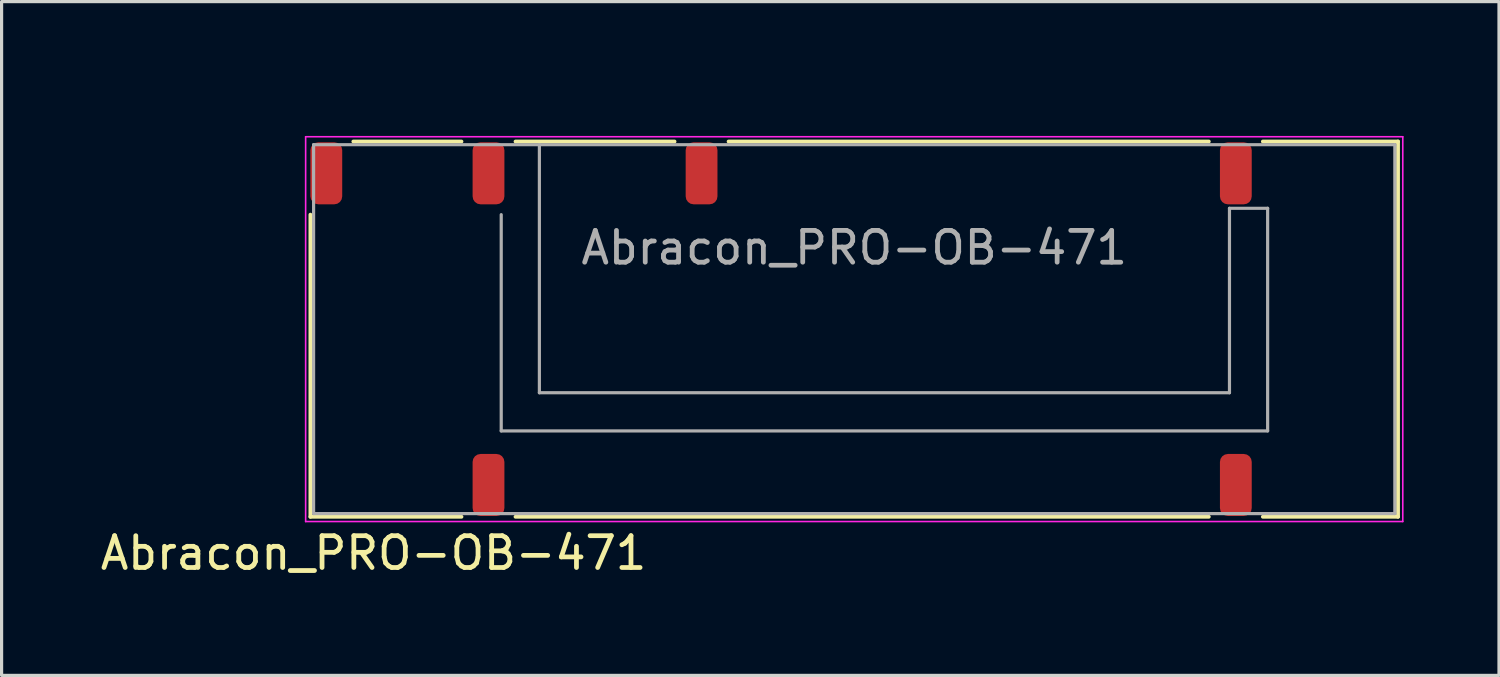
<source format=kicad_pcb>
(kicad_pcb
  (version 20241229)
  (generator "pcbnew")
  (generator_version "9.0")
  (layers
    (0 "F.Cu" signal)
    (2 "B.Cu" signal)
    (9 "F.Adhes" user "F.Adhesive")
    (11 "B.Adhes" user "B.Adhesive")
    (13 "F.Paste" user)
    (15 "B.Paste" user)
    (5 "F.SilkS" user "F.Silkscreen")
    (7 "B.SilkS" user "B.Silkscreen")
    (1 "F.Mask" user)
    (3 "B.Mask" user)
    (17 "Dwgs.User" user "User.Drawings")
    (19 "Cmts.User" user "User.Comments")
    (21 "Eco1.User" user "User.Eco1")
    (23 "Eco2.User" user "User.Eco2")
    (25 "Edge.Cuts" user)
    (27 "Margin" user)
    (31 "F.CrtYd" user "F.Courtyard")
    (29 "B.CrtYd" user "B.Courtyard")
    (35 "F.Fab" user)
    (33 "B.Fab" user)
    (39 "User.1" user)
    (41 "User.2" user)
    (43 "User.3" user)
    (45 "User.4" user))
  (footprint "Abracon_PRO-OB-471"
    (layer "F.Cu")
    (at 23.811 7.3)
    (property "Reference" "Abracon_PRO-OB-471" (at -15.115 7.04 180) (layer "F.SilkS") (effects (font (size 1 1) (thickness 0.15))))
    (attr smd)
    (fp_line (start -17.1 -3.6) (end -17.1 5.9) (stroke (width 0.12) (type solid)) (layer "F.SilkS"))
    (fp_line (start -17.1 5.9) (end -12.35 5.9) (stroke (width 0.12) (type solid)) (layer "F.SilkS"))
    (fp_line (start -15.75 -5.9) (end -12.35 -5.9) (stroke (width 0.12) (type solid)) (layer "F.SilkS"))
    (fp_line (start -10.65 -5.9) (end -5.65 -5.9) (stroke (width 0.12) (type solid)) (layer "F.SilkS"))
    (fp_line (start -10.65 5.9) (end 11.15 5.9) (stroke (width 0.12) (type solid)) (layer "F.SilkS"))
    (fp_line (start -3.95 -5.9) (end 11.15 -5.9) (stroke (width 0.12) (type solid)) (layer "F.SilkS"))
    (fp_line (start 12.85 5.9) (end 17.1 5.9) (stroke (width 0.12) (type solid)) (layer "F.SilkS"))
    (fp_line (start 17.1 -5.9) (end 12.85 -5.9) (stroke (width 0.12) (type solid)) (layer "F.SilkS"))
    (fp_line (start 17.1 5.9) (end 17.1 -5.9) (stroke (width 0.12) (type solid)) (layer "F.SilkS"))
    (fp_line (start -17.25 -6.05) (end 17.25 -6.05) (stroke (width 0.05) (type solid)) (layer "F.CrtYd"))
    (fp_line (start -17.25 6.05) (end -17.25 -6.05) (stroke (width 0.05) (type solid)) (layer "F.CrtYd"))
    (fp_line (start 17.25 -6.05) (end 17.25 6.05) (stroke (width 0.05) (type solid)) (layer "F.CrtYd"))
    (fp_line (start 17.25 6.05) (end -17.25 6.05) (stroke (width 0.05) (type solid)) (layer "F.CrtYd"))
    (fp_line (start -17 -5.8) (end -17 5.8) (stroke (width 0.1) (type solid)) (layer "F.Fab"))
    (fp_line (start -17 5.8) (end 17 5.8) (stroke (width 0.1) (type solid)) (layer "F.Fab"))
    (fp_line (start -11.1 3.2) (end -11.1 -3.6) (stroke (width 0.1) (type solid)) (layer "F.Fab"))
    (fp_line (start -9.9 -5.8) (end -9.9 2) (stroke (width 0.1) (type solid)) (layer "F.Fab"))
    (fp_line (start -9.9 2) (end 11.8 2) (stroke (width 0.1) (type solid)) (layer "F.Fab"))
    (fp_line (start 11.8 -3.8) (end 13 -3.8) (stroke (width 0.1) (type solid)) (layer "F.Fab"))
    (fp_line (start 11.8 2) (end 11.8 -3.8) (stroke (width 0.1) (type solid)) (layer "F.Fab"))
    (fp_line (start 13 -3.8) (end 13 3.2) (stroke (width 0.1) (type solid)) (layer "F.Fab"))
    (fp_line (start 13 3.2) (end -11.1 3.2) (stroke (width 0.1) (type solid)) (layer "F.Fab"))
    (fp_line (start 17 -5.8) (end -17 -5.8) (stroke (width 0.1) (type solid)) (layer "F.Fab"))
    (fp_line (start 17 5.8) (end 17 -5.8) (stroke (width 0.1) (type solid)) (layer "F.Fab"))
    (fp_text user "${REFERENCE}" (at 0 -2.56 0) (layer "F.Fab") (effects (font (size 1 1) (thickness 0.15))))
    (pad "1" smd roundrect (at -11.5 -4.9) (size 1 1.95) (layers "F.Cu" "F.Mask" "F.Paste") (roundrect_rratio 0.25))
    (pad "2" smd roundrect (at -16.6 -4.9) (size 1 1.95) (layers "F.Cu" "F.Mask" "F.Paste") (roundrect_rratio 0.25))
    (pad "3" smd roundrect (at -11.5 4.9) (size 1 1.95) (layers "F.Cu" "F.Mask" "F.Paste") (roundrect_rratio 0.25))
    (pad "4" smd roundrect (at 12 4.9) (size 1 1.95) (layers "F.Cu" "F.Mask" "F.Paste") (roundrect_rratio 0.25))
    (pad "5" smd roundrect (at 12 -4.9) (size 1 1.95) (layers "F.Cu" "F.Mask" "F.Paste") (roundrect_rratio 0.25))
    (pad "6" smd roundrect (at -4.8 -4.9) (size 1 1.95) (layers "F.Cu" "F.Mask" "F.Paste") (roundrect_rratio 0.25))
    (zone (net_name "") (layers "F.Cu" "Dwgs.User") (hatch edge 0.508) (connect_pads) (min_thickness 0.254) (filled_areas_thickness no) (keepout (tracks allowed) (vias not_allowed) (pads allowed) (copperpour not_allowed) (footprints allowed)) (placement (enabled no)) (fill) (polygon (pts (xy 13.111 3.65) (xy 11.511 3.66) (xy 11.511 1.15) (xy 13.111 1.15))))
    (zone (net_name "") (layers "F.Cu" "Dwgs.User") (hatch edge 0.508) (connect_pads) (min_thickness 0.254) (filled_areas_thickness no) (keepout (tracks not_allowed) (vias not_allowed) (pads allowed) (copperpour not_allowed) (footprints allowed)) (placement (enabled no)) (fill) (polygon (pts (xy 14.261 14.6) (xy 10.361 14.6) (xy 10.361 9.8) (xy 14.261 9.8))))
    (zone (net_name "") (layers "F.Cu" "Dwgs.User") (hatch edge 0.508) (connect_pads) (min_thickness 0.254) (filled_areas_thickness no) (keepout (tracks not_allowed) (vias not_allowed) (pads allowed) (copperpour not_allowed) (footprints allowed)) (placement (enabled no)) (fill) (polygon (pts (xy 20.961 4.8) (xy 17.061 4.8) (xy 17.061 0) (xy 20.961 0))))
    (zone (net_name "") (layers "F.Cu" "Dwgs.User") (hatch edge 0.508) (connect_pads) (min_thickness 0.254) (filled_areas_thickness no) (keepout (tracks not_allowed) (vias not_allowed) (pads allowed) (copperpour not_allowed) (footprints allowed)) (placement (enabled no)) (fill) (polygon (pts (xy 37.761 4.8) (xy 33.861 4.8) (xy 33.861 0) (xy 37.761 0))))
    (zone (net_name "") (layers "F.Cu" "Dwgs.User") (hatch edge 0.508) (connect_pads) (min_thickness 0.254) (filled_areas_thickness no) (keepout (tracks not_allowed) (vias not_allowed) (pads allowed) (copperpour not_allowed) (footprints allowed)) (placement (enabled no)) (fill) (polygon (pts (xy 37.761 14.6) (xy 33.861 14.6) (xy 33.861 9.8) (xy 37.761 9.8))))
    (zone (net_name "") (layers "F.Cu" "Dwgs.User") (hatch edge 0.508) (connect_pads) (min_thickness 0.254) (filled_areas_thickness no) (keepout (tracks not_allowed) (vias not_allowed) (pads not_allowed) (copperpour not_allowed) (footprints allowed)) (placement (enabled no)) (fill) (polygon (pts (xy 7.111 1.425) (xy 6.711 1.425) (xy 6.711 2.3) (xy 6.411 2.3) (xy 6.411 1.15) (xy 7.111 1.15))))
    (zone (net_name "") (layers "F.Cu" "Dwgs.User") (hatch edge 0.508) (connect_pads) (min_thickness 0.254) (filled_areas_thickness no) (keepout (tracks not_allowed) (vias not_allowed) (pads not_allowed) (copperpour not_allowed) (footprints allowed)) (placement (enabled no)) (fill) (polygon (pts (xy 7.111 3.375) (xy 6.711 3.375) (xy 6.711 2.5) (xy 6.411 2.5) (xy 6.411 3.65) (xy 7.111 3.65))))
    (zone (net_name "") (layers "F.Cu" "Dwgs.User") (hatch edge 0.508) (connect_pads) (min_thickness 0.254) (filled_areas_thickness no) (keepout (tracks not_allowed) (vias not_allowed) (pads not_allowed) (copperpour not_allowed) (footprints allowed)) (placement (enabled no)) (fill) (polygon (pts (xy 7.311 1.425) (xy 7.711 1.425) (xy 7.711 2.3) (xy 8.011 2.3) (xy 8.011 1.15) (xy 7.311 1.15))))
    (zone (net_name "") (layers "F.Cu" "Dwgs.User") (hatch edge 0.508) (connect_pads) (min_thickness 0.254) (filled_areas_thickness no) (keepout (tracks not_allowed) (vias not_allowed) (pads not_allowed) (copperpour not_allowed) (footprints allowed)) (placement (enabled no)) (fill) (polygon (pts (xy 7.311 3.375) (xy 7.711 3.375) (xy 7.711 2.5) (xy 8.011 2.5) (xy 8.011 3.65) (xy 7.311 3.65))))
    (zone (net_name "") (layers "B.Cu" "Dwgs.User") (hatch edge 0.508) (connect_pads) (min_thickness 0.254) (filled_areas_thickness no) (keepout (tracks not_allowed) (vias not_allowed) (pads not_allowed) (copperpour not_allowed) (footprints allowed)) (placement (enabled no)) (fill) (polygon (pts (xy 13.111 3.65) (xy 11.511 3.65) (xy 11.511 1.15) (xy 13.111 1.15))))
    (zone (net_name "") (layers "B.Cu" "Dwgs.User") (hatch edge 0.508) (connect_pads) (min_thickness 0.254) (filled_areas_thickness no) (keepout (tracks not_allowed) (vias not_allowed) (pads not_allowed) (copperpour not_allowed) (footprints allowed)) (placement (enabled no)) (fill) (polygon (pts (xy 14.261 14.6) (xy 10.361 14.6) (xy 10.361 9.8) (xy 14.261 9.8))))
    (zone (net_name "") (layers "B.Cu" "Dwgs.User") (hatch edge 0.508) (connect_pads) (min_thickness 0.254) (filled_areas_thickness no) (keepout (tracks not_allowed) (vias not_allowed) (pads not_allowed) (copperpour not_allowed) (footprints allowed)) (placement (enabled no)) (fill) (polygon (pts (xy 20.961 4.8) (xy 17.061 4.8) (xy 17.061 0) (xy 20.961 0))))
    (zone (net_name "") (layers "B.Cu" "Dwgs.User") (hatch edge 0.508) (connect_pads) (min_thickness 0.254) (filled_areas_thickness no) (keepout (tracks not_allowed) (vias not_allowed) (pads not_allowed) (copperpour not_allowed) (footprints allowed)) (placement (enabled no)) (fill) (polygon (pts (xy 37.761 4.8) (xy 33.861 4.8) (xy 33.861 0) (xy 37.761 0))))
    (zone (net_name "") (layers "B.Cu" "Dwgs.User") (hatch edge 0.508) (connect_pads) (min_thickness 0.254) (filled_areas_thickness no) (keepout (tracks not_allowed) (vias not_allowed) (pads not_allowed) (copperpour not_allowed) (footprints allowed)) (placement (enabled no)) (fill) (polygon (pts (xy 37.761 14.6) (xy 33.861 14.6) (xy 33.861 9.8) (xy 37.761 9.8)))))
  (gr_rect
    (start -3 -3)
    (end 44.086 18.188)
    (stroke (width 0.1) (type default))
    (fill no)
    (layer "Edge.Cuts")))
</source>
